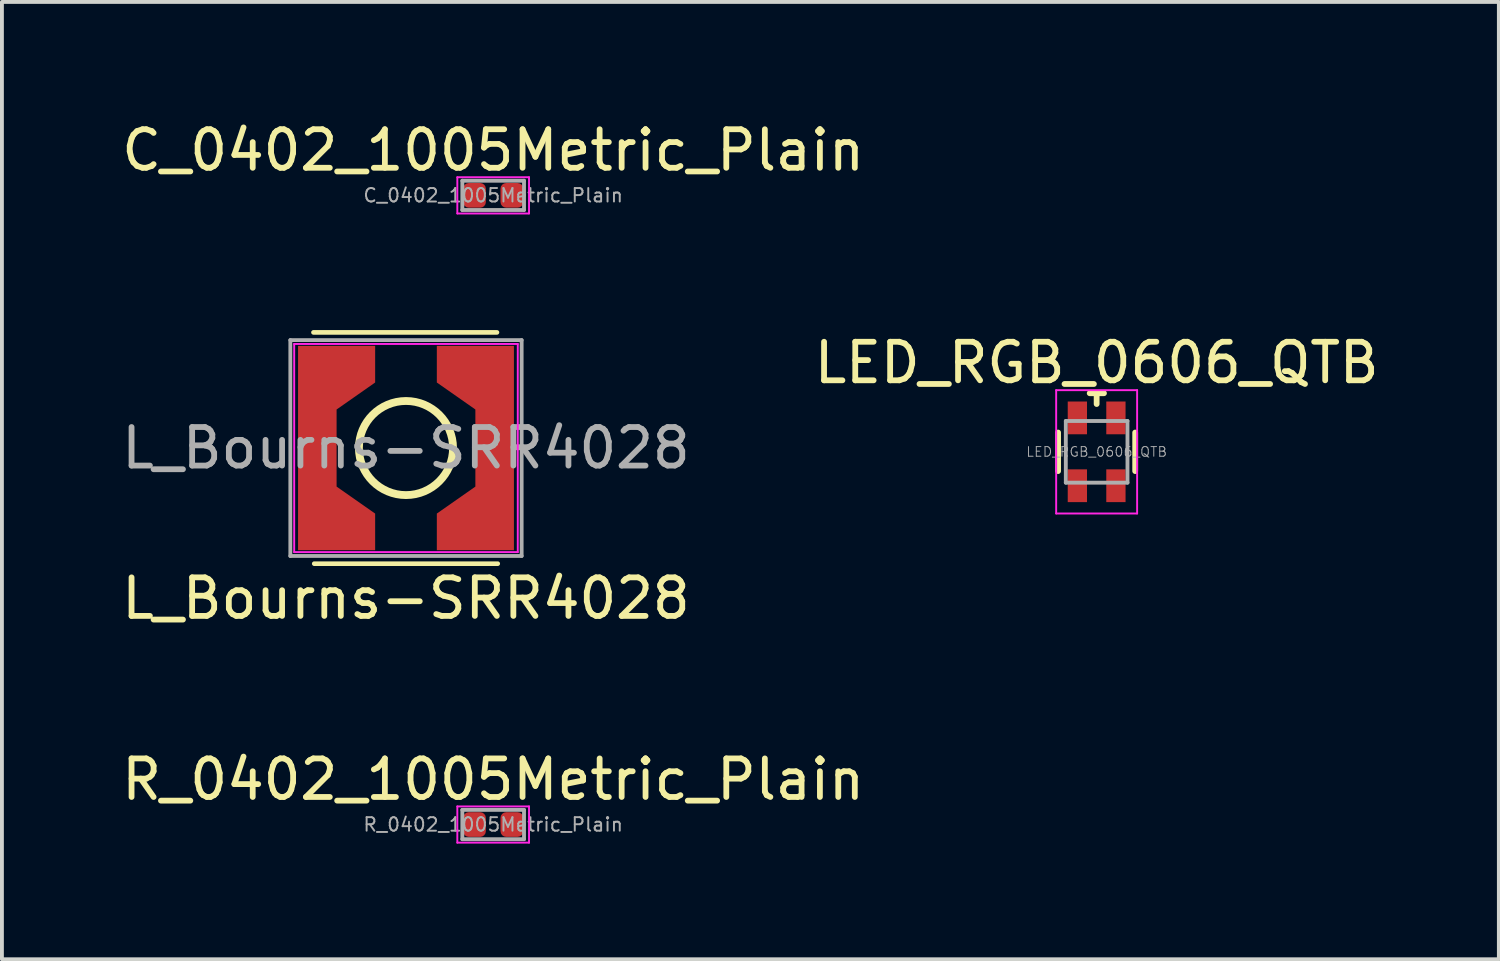
<source format=kicad_pcb>
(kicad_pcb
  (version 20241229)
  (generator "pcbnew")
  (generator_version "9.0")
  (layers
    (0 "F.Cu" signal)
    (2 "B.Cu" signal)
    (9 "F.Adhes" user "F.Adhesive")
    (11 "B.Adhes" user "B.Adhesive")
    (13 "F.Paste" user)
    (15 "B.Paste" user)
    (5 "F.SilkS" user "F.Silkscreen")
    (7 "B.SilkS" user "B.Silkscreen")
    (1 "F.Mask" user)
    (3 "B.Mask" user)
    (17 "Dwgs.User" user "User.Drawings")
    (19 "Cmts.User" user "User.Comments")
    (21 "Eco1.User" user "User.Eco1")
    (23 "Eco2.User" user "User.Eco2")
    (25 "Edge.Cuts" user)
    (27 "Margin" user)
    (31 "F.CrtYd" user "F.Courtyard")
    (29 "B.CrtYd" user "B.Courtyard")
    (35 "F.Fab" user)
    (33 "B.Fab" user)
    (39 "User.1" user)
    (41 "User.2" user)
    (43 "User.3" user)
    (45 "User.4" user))
  (footprint "LED_RGB_0606_QTB"
    (layer "F.Cu")
    (at 25.399 8.671)
    (property "Reference" "LED_RGB_0606_QTB" (at 0 -2.31 0) (layer "F.SilkS") (effects (font (size 1 1) (thickness 0.15))))
    (attr through_hole)
    (fp_line (start -1 -0.5) (end -1 0.5) (stroke (width 0.15) (type solid)) (layer "F.SilkS"))
    (fp_line (start -0.18 -1.52) (end 0.19 -1.52) (stroke (width 0.15) (type solid)) (layer "F.SilkS"))
    (fp_line (start 0 -1.52) (end 0 -1.24) (stroke (width 0.15) (type solid)) (layer "F.SilkS"))
    (fp_line (start 1 -0.5) (end 1 0.5) (stroke (width 0.15) (type solid)) (layer "F.SilkS"))
    (fp_line (start -1.05 1.6) (end -1.05 -1.6) (stroke (width 0.05) (type solid)) (layer "F.CrtYd"))
    (fp_line (start 1.05 -1.6) (end -1.05 -1.6) (stroke (width 0.05) (type solid)) (layer "F.CrtYd"))
    (fp_line (start 1.05 1.6) (end -1.05 1.6) (stroke (width 0.05) (type solid)) (layer "F.CrtYd"))
    (fp_line (start 1.05 1.6) (end 1.05 -1.6) (stroke (width 0.05) (type solid)) (layer "F.CrtYd"))
    (fp_line (start -0.8 -0.8) (end -0.8 0.8) (stroke (width 0.1) (type solid)) (layer "F.Fab"))
    (fp_line (start -0.8 -0.8) (end 0.8 -0.8) (stroke (width 0.1) (type solid)) (layer "F.Fab"))
    (fp_line (start -0.8 0.8) (end 0.8 0.8) (stroke (width 0.1) (type solid)) (layer "F.Fab"))
    (fp_line (start 0.8 -0.8) (end 0.8 0.8) (stroke (width 0.1) (type solid)) (layer "F.Fab"))
    (fp_text user "${REFERENCE}" (at 0 0 0) (layer "F.Fab") (effects (font (size 0.25 0.25) (thickness 0.025))))
    (pad "1" smd rect (at -0.5 0.88) (size 0.5 0.85) (layers "F.Cu" "F.Mask" "F.Paste"))
    (pad "2" smd rect (at -0.5 -0.88) (size 0.5 0.85) (layers "F.Cu" "F.Mask" "F.Paste"))
    (pad "3" smd rect (at 0.5 0.88) (size 0.5 0.85) (layers "F.Cu" "F.Mask" "F.Paste"))
    (pad "4" smd rect (at 0.5 -0.88) (size 0.5 0.85) (layers "F.Cu" "F.Mask" "F.Paste")))
  (footprint "C_0402_1005Metric_Plain"
    (layer "F.Cu")
    (at 9.744 2.018)
    (property "Reference" "C_0402_1005Metric_Plain" (at 0 -1.17 0) (layer "F.SilkS") (effects (font (size 1 1) (thickness 0.15))))
    (attr smd)
    (fp_line (start -0.93 -0.47) (end 0.93 -0.47) (stroke (width 0.05) (type solid)) (layer "F.CrtYd"))
    (fp_line (start -0.93 0.47) (end -0.93 -0.47) (stroke (width 0.05) (type solid)) (layer "F.CrtYd"))
    (fp_line (start 0.93 -0.47) (end 0.93 0.47) (stroke (width 0.05) (type solid)) (layer "F.CrtYd"))
    (fp_line (start 0.93 0.47) (end -0.93 0.47) (stroke (width 0.05) (type solid)) (layer "F.CrtYd"))
    (fp_line (start -0.8 -0.38) (end 0.8 -0.38) (stroke (width 0.1) (type solid)) (layer "F.Fab"))
    (fp_line (start -0.8 0.38) (end -0.8 -0.38) (stroke (width 0.1) (type solid)) (layer "F.Fab"))
    (fp_line (start 0.8 -0.38) (end 0.8 0.38) (stroke (width 0.1) (type solid)) (layer "F.Fab"))
    (fp_line (start 0.8 0.38) (end -0.8 0.38) (stroke (width 0.1) (type solid)) (layer "F.Fab"))
    (fp_text user "${REFERENCE}" (at 0 0 0) (layer "F.Fab") (effects (font (size 0.35 0.35) (thickness 0.05))))
    (pad "1" smd roundrect (at -0.485 0) (size 0.59 0.64) (layers "F.Cu" "F.Mask" "F.Paste") (roundrect_rratio 0.25))
    (pad "2" smd roundrect (at 0.485 0) (size 0.59 0.64) (layers "F.Cu" "F.Mask" "F.Paste") (roundrect_rratio 0.25)))
  (footprint "R_0402_1005Metric_Plain"
    (layer "F.Cu")
    (at 9.744 18.34)
    (property "Reference" "R_0402_1005Metric_Plain" (at 0 -1.17 0) (layer "F.SilkS") (effects (font (size 1 1) (thickness 0.15))))
    (attr smd)
    (fp_line (start -0.93 -0.47) (end 0.93 -0.47) (stroke (width 0.05) (type solid)) (layer "F.CrtYd"))
    (fp_line (start -0.93 0.47) (end -0.93 -0.47) (stroke (width 0.05) (type solid)) (layer "F.CrtYd"))
    (fp_line (start 0.93 -0.47) (end 0.93 0.47) (stroke (width 0.05) (type solid)) (layer "F.CrtYd"))
    (fp_line (start 0.93 0.47) (end -0.93 0.47) (stroke (width 0.05) (type solid)) (layer "F.CrtYd"))
    (fp_line (start -0.8 -0.38) (end 0.8 -0.38) (stroke (width 0.1) (type solid)) (layer "F.Fab"))
    (fp_line (start -0.8 0.38) (end -0.8 -0.38) (stroke (width 0.1) (type solid)) (layer "F.Fab"))
    (fp_line (start 0.8 -0.38) (end 0.8 0.38) (stroke (width 0.1) (type solid)) (layer "F.Fab"))
    (fp_line (start 0.8 0.38) (end -0.8 0.38) (stroke (width 0.1) (type solid)) (layer "F.Fab"))
    (fp_text user "${REFERENCE}" (at 0 0 0) (layer "F.Fab") (effects (font (size 0.35 0.35) (thickness 0.05))))
    (pad "1" smd roundrect (at -0.485 0) (size 0.59 0.64) (layers "F.Cu" "F.Mask" "F.Paste") (roundrect_rratio 0.25))
    (pad "2" smd roundrect (at 0.485 0) (size 0.59 0.64) (layers "F.Cu" "F.Mask" "F.Paste") (roundrect_rratio 0.25)))
  (footprint "L_Bourns-SRR4028"
    (layer "F.Cu")
    (at 7.482 8.573)
    (property "Reference" "L_Bourns-SRR4028" (at 0 3.9 0) (layer "F.SilkS") (effects (font (size 1 1) (thickness 0.15))))
    (attr smd)
    (fp_line (start -2.4 -3) (end 2.36 -3) (stroke (width 0.12) (type solid)) (layer "F.SilkS"))
    (fp_line (start -2.38 3) (end 2.38 3) (stroke (width 0.12) (type solid)) (layer "F.SilkS"))
    (fp_circle (center 0 0) (end 0.7 -1) (stroke (width 0.203) (type solid)) (fill no) (layer "F.SilkS"))
    (fp_line (start -2.9 -2.7) (end -2.9 2.7) (stroke (width 0.05) (type solid)) (layer "F.CrtYd"))
    (fp_line (start -2.9 -2.7) (end 2.9 -2.7) (stroke (width 0.05) (type solid)) (layer "F.CrtYd"))
    (fp_line (start -2.9 2.7) (end 2.9 2.7) (stroke (width 0.05) (type solid)) (layer "F.CrtYd"))
    (fp_line (start 2.9 -2.7) (end 2.9 2.7) (stroke (width 0.05) (type solid)) (layer "F.CrtYd"))
    (fp_line (start -3 -2.8) (end -3 2.8) (stroke (width 0.1) (type solid)) (layer "F.Fab"))
    (fp_line (start -3 -2.8) (end 3 -2.8) (stroke (width 0.1) (type solid)) (layer "F.Fab"))
    (fp_line (start 3 -2.8) (end 3 2.8) (stroke (width 0.1) (type solid)) (layer "F.Fab"))
    (fp_line (start 3 2.8) (end -3 2.8) (stroke (width 0.1) (type solid)) (layer "F.Fab"))
    (fp_text user "${REFERENCE}" (at 0 0 0) (layer "F.Fab") (effects (font (size 1 1) (thickness 0.15))))
    (pad "1" smd custom (at -2.3 0) (size 1 5.3) (layers "F.Cu" "F.Mask" "F.Paste") (options (anchor rect)) (primitives (gr_poly (pts (xy 0.5 2.65) (xy 1.5 2.65) (xy 1.5 1.7) (xy 0.5 1)) (width 0) (fill yes)) (gr_poly (pts (xy 0.5 -2.65) (xy 1.5 -2.65) (xy 1.5 -1.7) (xy 0.5 -1)) (width 0) (fill yes))))
    (pad "2" smd custom (at 2.3 0 180) (size 1 5.3) (layers "F.Cu" "F.Mask" "F.Paste") (options (anchor rect)) (primitives (gr_poly (pts (xy 0.5 2.65) (xy 1.5 2.65) (xy 1.5 1.7) (xy 0.5 1)) (width 0) (fill yes)) (gr_poly (pts (xy 0.5 -2.65) (xy 1.5 -2.65) (xy 1.5 -1.7) (xy 0.5 -1)) (width 0) (fill yes)))))
  (gr_rect
    (start -3 -3)
    (end 35.833 21.835)
    (stroke (width 0.1) (type default))
    (fill no)
    (layer "Edge.Cuts")))
</source>
